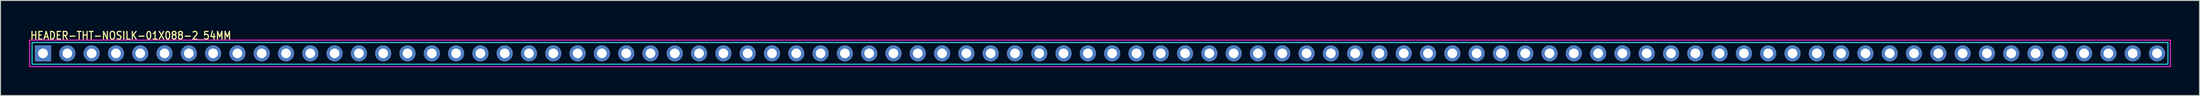
<source format=kicad_pcb>
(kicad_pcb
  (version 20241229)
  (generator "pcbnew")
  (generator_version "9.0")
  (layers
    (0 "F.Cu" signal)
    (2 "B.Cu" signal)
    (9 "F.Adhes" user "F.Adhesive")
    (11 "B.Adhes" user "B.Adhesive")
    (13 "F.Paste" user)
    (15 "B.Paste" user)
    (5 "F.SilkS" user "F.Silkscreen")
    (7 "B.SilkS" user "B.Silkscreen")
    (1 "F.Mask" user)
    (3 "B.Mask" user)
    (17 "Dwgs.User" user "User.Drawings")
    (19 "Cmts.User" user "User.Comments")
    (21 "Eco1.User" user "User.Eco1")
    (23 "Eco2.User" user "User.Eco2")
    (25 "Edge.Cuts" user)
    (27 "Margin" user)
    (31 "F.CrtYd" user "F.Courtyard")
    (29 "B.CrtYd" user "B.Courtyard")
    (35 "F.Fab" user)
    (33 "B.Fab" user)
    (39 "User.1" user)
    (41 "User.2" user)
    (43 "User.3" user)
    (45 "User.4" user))
  (footprint "HEADER-THT-NOSILK-01X088-2_54MM"
    (layer "F.Cu")
    (at 1.447 2.579)
    (property "Reference" "HEADER-THT-NOSILK-01X088-2_54MM" (at -1.4 -1.4 0) (unlocked yes) (layer "F.SilkS") (effects (font (size 0.813 0.695) (thickness 0.122)) (justify left bottom)))
    (fp_poly (pts (xy -1.143 -1.143) (xy 222.123 -1.143) (xy 222.123 1.143) (xy -1.143 1.143)) (stroke (width 0.1) (type solid)) (fill no) (layer "B.CrtYd"))
    (fp_poly (pts (xy -1.397 -1.397) (xy 222.377 -1.397) (xy 222.377 1.397) (xy -1.397 1.397)) (stroke (width 0.1) (type solid)) (fill no) (layer "F.CrtYd"))
    (pad "P$1" thru_hole rect (at 0 0) (size 1.693 1.693) (drill 1.016) (layers "*.Cu" "*.Mask"))
    (pad "P$2" thru_hole oval (at 2.54 0) (size 1.693 1.693) (drill 1.016) (layers "*.Cu" "*.Mask"))
    (pad "P$3" thru_hole oval (at 5.08 0) (size 1.693 1.693) (drill 1.016) (layers "*.Cu" "*.Mask"))
    (pad "P$4" thru_hole oval (at 7.62 0) (size 1.693 1.693) (drill 1.016) (layers "*.Cu" "*.Mask"))
    (pad "P$5" thru_hole oval (at 10.16 0) (size 1.693 1.693) (drill 1.016) (layers "*.Cu" "*.Mask"))
    (pad "P$6" thru_hole oval (at 12.7 0) (size 1.693 1.693) (drill 1.016) (layers "*.Cu" "*.Mask"))
    (pad "P$7" thru_hole oval (at 15.24 0) (size 1.693 1.693) (drill 1.016) (layers "*.Cu" "*.Mask"))
    (pad "P$8" thru_hole oval (at 17.78 0) (size 1.693 1.693) (drill 1.016) (layers "*.Cu" "*.Mask"))
    (pad "P$9" thru_hole oval (at 20.32 0) (size 1.693 1.693) (drill 1.016) (layers "*.Cu" "*.Mask"))
    (pad "P$10" thru_hole oval (at 22.86 0) (size 1.693 1.693) (drill 1.016) (layers "*.Cu" "*.Mask"))
    (pad "P$11" thru_hole oval (at 25.4 0) (size 1.693 1.693) (drill 1.016) (layers "*.Cu" "*.Mask"))
    (pad "P$12" thru_hole oval (at 27.94 0) (size 1.693 1.693) (drill 1.016) (layers "*.Cu" "*.Mask"))
    (pad "P$13" thru_hole oval (at 30.48 0) (size 1.693 1.693) (drill 1.016) (layers "*.Cu" "*.Mask"))
    (pad "P$14" thru_hole oval (at 33.02 0) (size 1.693 1.693) (drill 1.016) (layers "*.Cu" "*.Mask"))
    (pad "P$15" thru_hole oval (at 35.56 0) (size 1.693 1.693) (drill 1.016) (layers "*.Cu" "*.Mask"))
    (pad "P$16" thru_hole oval (at 38.1 0) (size 1.693 1.693) (drill 1.016) (layers "*.Cu" "*.Mask"))
    (pad "P$17" thru_hole oval (at 40.64 0) (size 1.693 1.693) (drill 1.016) (layers "*.Cu" "*.Mask"))
    (pad "P$18" thru_hole oval (at 43.18 0) (size 1.693 1.693) (drill 1.016) (layers "*.Cu" "*.Mask"))
    (pad "P$19" thru_hole oval (at 45.72 0) (size 1.693 1.693) (drill 1.016) (layers "*.Cu" "*.Mask"))
    (pad "P$20" thru_hole oval (at 48.26 0) (size 1.693 1.693) (drill 1.016) (layers "*.Cu" "*.Mask"))
    (pad "P$21" thru_hole oval (at 50.8 0) (size 1.693 1.693) (drill 1.016) (layers "*.Cu" "*.Mask"))
    (pad "P$22" thru_hole oval (at 53.34 0) (size 1.693 1.693) (drill 1.016) (layers "*.Cu" "*.Mask"))
    (pad "P$23" thru_hole oval (at 55.88 0) (size 1.693 1.693) (drill 1.016) (layers "*.Cu" "*.Mask"))
    (pad "P$24" thru_hole oval (at 58.42 0) (size 1.693 1.693) (drill 1.016) (layers "*.Cu" "*.Mask"))
    (pad "P$25" thru_hole oval (at 60.96 0) (size 1.693 1.693) (drill 1.016) (layers "*.Cu" "*.Mask"))
    (pad "P$26" thru_hole oval (at 63.5 0) (size 1.693 1.693) (drill 1.016) (layers "*.Cu" "*.Mask"))
    (pad "P$27" thru_hole oval (at 66.04 0) (size 1.693 1.693) (drill 1.016) (layers "*.Cu" "*.Mask"))
    (pad "P$28" thru_hole oval (at 68.58 0) (size 1.693 1.693) (drill 1.016) (layers "*.Cu" "*.Mask"))
    (pad "P$29" thru_hole oval (at 71.12 0) (size 1.693 1.693) (drill 1.016) (layers "*.Cu" "*.Mask"))
    (pad "P$30" thru_hole oval (at 73.66 0) (size 1.693 1.693) (drill 1.016) (layers "*.Cu" "*.Mask"))
    (pad "P$31" thru_hole oval (at 76.2 0) (size 1.693 1.693) (drill 1.016) (layers "*.Cu" "*.Mask"))
    (pad "P$32" thru_hole oval (at 78.74 0) (size 1.693 1.693) (drill 1.016) (layers "*.Cu" "*.Mask"))
    (pad "P$33" thru_hole oval (at 81.28 0) (size 1.693 1.693) (drill 1.016) (layers "*.Cu" "*.Mask"))
    (pad "P$34" thru_hole oval (at 83.82 0) (size 1.693 1.693) (drill 1.016) (layers "*.Cu" "*.Mask"))
    (pad "P$35" thru_hole oval (at 86.36 0) (size 1.693 1.693) (drill 1.016) (layers "*.Cu" "*.Mask"))
    (pad "P$36" thru_hole oval (at 88.9 0) (size 1.693 1.693) (drill 1.016) (layers "*.Cu" "*.Mask"))
    (pad "P$37" thru_hole oval (at 91.44 0) (size 1.693 1.693) (drill 1.016) (layers "*.Cu" "*.Mask"))
    (pad "P$38" thru_hole oval (at 93.98 0) (size 1.693 1.693) (drill 1.016) (layers "*.Cu" "*.Mask"))
    (pad "P$39" thru_hole oval (at 96.52 0) (size 1.693 1.693) (drill 1.016) (layers "*.Cu" "*.Mask"))
    (pad "P$40" thru_hole oval (at 99.06 0) (size 1.693 1.693) (drill 1.016) (layers "*.Cu" "*.Mask"))
    (pad "P$41" thru_hole oval (at 101.6 0) (size 1.693 1.693) (drill 1.016) (layers "*.Cu" "*.Mask"))
    (pad "P$42" thru_hole oval (at 104.14 0) (size 1.693 1.693) (drill 1.016) (layers "*.Cu" "*.Mask"))
    (pad "P$43" thru_hole oval (at 106.68 0) (size 1.693 1.693) (drill 1.016) (layers "*.Cu" "*.Mask"))
    (pad "P$44" thru_hole oval (at 109.22 0) (size 1.693 1.693) (drill 1.016) (layers "*.Cu" "*.Mask"))
    (pad "P$45" thru_hole oval (at 111.76 0) (size 1.693 1.693) (drill 1.016) (layers "*.Cu" "*.Mask"))
    (pad "P$46" thru_hole oval (at 114.3 0) (size 1.693 1.693) (drill 1.016) (layers "*.Cu" "*.Mask"))
    (pad "P$47" thru_hole oval (at 116.84 0) (size 1.693 1.693) (drill 1.016) (layers "*.Cu" "*.Mask"))
    (pad "P$48" thru_hole oval (at 119.38 0) (size 1.693 1.693) (drill 1.016) (layers "*.Cu" "*.Mask"))
    (pad "P$49" thru_hole oval (at 121.92 0) (size 1.693 1.693) (drill 1.016) (layers "*.Cu" "*.Mask"))
    (pad "P$50" thru_hole oval (at 124.46 0) (size 1.693 1.693) (drill 1.016) (layers "*.Cu" "*.Mask"))
    (pad "P$51" thru_hole oval (at 127 0) (size 1.693 1.693) (drill 1.016) (layers "*.Cu" "*.Mask"))
    (pad "P$52" thru_hole oval (at 129.54 0) (size 1.693 1.693) (drill 1.016) (layers "*.Cu" "*.Mask"))
    (pad "P$53" thru_hole oval (at 132.08 0) (size 1.693 1.693) (drill 1.016) (layers "*.Cu" "*.Mask"))
    (pad "P$54" thru_hole oval (at 134.62 0) (size 1.693 1.693) (drill 1.016) (layers "*.Cu" "*.Mask"))
    (pad "P$55" thru_hole oval (at 137.16 0) (size 1.693 1.693) (drill 1.016) (layers "*.Cu" "*.Mask"))
    (pad "P$56" thru_hole oval (at 139.7 0) (size 1.693 1.693) (drill 1.016) (layers "*.Cu" "*.Mask"))
    (pad "P$57" thru_hole oval (at 142.24 0) (size 1.693 1.693) (drill 1.016) (layers "*.Cu" "*.Mask"))
    (pad "P$58" thru_hole oval (at 144.78 0) (size 1.693 1.693) (drill 1.016) (layers "*.Cu" "*.Mask"))
    (pad "P$59" thru_hole oval (at 147.32 0) (size 1.693 1.693) (drill 1.016) (layers "*.Cu" "*.Mask"))
    (pad "P$60" thru_hole oval (at 149.86 0) (size 1.693 1.693) (drill 1.016) (layers "*.Cu" "*.Mask"))
    (pad "P$61" thru_hole oval (at 152.4 0) (size 1.693 1.693) (drill 1.016) (layers "*.Cu" "*.Mask"))
    (pad "P$62" thru_hole oval (at 154.94 0) (size 1.693 1.693) (drill 1.016) (layers "*.Cu" "*.Mask"))
    (pad "P$63" thru_hole oval (at 157.48 0) (size 1.693 1.693) (drill 1.016) (layers "*.Cu" "*.Mask"))
    (pad "P$64" thru_hole oval (at 160.02 0) (size 1.693 1.693) (drill 1.016) (layers "*.Cu" "*.Mask"))
    (pad "P$65" thru_hole oval (at 162.56 0) (size 1.693 1.693) (drill 1.016) (layers "*.Cu" "*.Mask"))
    (pad "P$66" thru_hole oval (at 165.1 0) (size 1.693 1.693) (drill 1.016) (layers "*.Cu" "*.Mask"))
    (pad "P$67" thru_hole oval (at 167.64 0) (size 1.693 1.693) (drill 1.016) (layers "*.Cu" "*.Mask"))
    (pad "P$68" thru_hole oval (at 170.18 0) (size 1.693 1.693) (drill 1.016) (layers "*.Cu" "*.Mask"))
    (pad "P$69" thru_hole oval (at 172.72 0) (size 1.693 1.693) (drill 1.016) (layers "*.Cu" "*.Mask"))
    (pad "P$70" thru_hole oval (at 175.26 0) (size 1.693 1.693) (drill 1.016) (layers "*.Cu" "*.Mask"))
    (pad "P$71" thru_hole oval (at 177.8 0) (size 1.693 1.693) (drill 1.016) (layers "*.Cu" "*.Mask"))
    (pad "P$72" thru_hole oval (at 180.34 0) (size 1.693 1.693) (drill 1.016) (layers "*.Cu" "*.Mask"))
    (pad "P$73" thru_hole oval (at 182.88 0) (size 1.693 1.693) (drill 1.016) (layers "*.Cu" "*.Mask"))
    (pad "P$74" thru_hole oval (at 185.42 0) (size 1.693 1.693) (drill 1.016) (layers "*.Cu" "*.Mask"))
    (pad "P$75" thru_hole oval (at 187.96 0) (size 1.693 1.693) (drill 1.016) (layers "*.Cu" "*.Mask"))
    (pad "P$76" thru_hole oval (at 190.5 0) (size 1.693 1.693) (drill 1.016) (layers "*.Cu" "*.Mask"))
    (pad "P$77" thru_hole oval (at 193.04 0) (size 1.693 1.693) (drill 1.016) (layers "*.Cu" "*.Mask"))
    (pad "P$78" thru_hole oval (at 195.58 0) (size 1.693 1.693) (drill 1.016) (layers "*.Cu" "*.Mask"))
    (pad "P$79" thru_hole oval (at 198.12 0) (size 1.693 1.693) (drill 1.016) (layers "*.Cu" "*.Mask"))
    (pad "P$80" thru_hole oval (at 200.66 0) (size 1.693 1.693) (drill 1.016) (layers "*.Cu" "*.Mask"))
    (pad "P$81" thru_hole oval (at 203.2 0) (size 1.693 1.693) (drill 1.016) (layers "*.Cu" "*.Mask"))
    (pad "P$82" thru_hole oval (at 205.74 0) (size 1.693 1.693) (drill 1.016) (layers "*.Cu" "*.Mask"))
    (pad "P$83" thru_hole oval (at 208.28 0) (size 1.693 1.693) (drill 1.016) (layers "*.Cu" "*.Mask"))
    (pad "P$84" thru_hole oval (at 210.82 0) (size 1.693 1.693) (drill 1.016) (layers "*.Cu" "*.Mask"))
    (pad "P$85" thru_hole oval (at 213.36 0) (size 1.693 1.693) (drill 1.016) (layers "*.Cu" "*.Mask"))
    (pad "P$86" thru_hole oval (at 215.9 0) (size 1.693 1.693) (drill 1.016) (layers "*.Cu" "*.Mask"))
    (pad "P$87" thru_hole oval (at 218.44 0) (size 1.693 1.693) (drill 1.016) (layers "*.Cu" "*.Mask"))
    (pad "P$88" thru_hole oval (at 220.98 0) (size 1.693 1.693) (drill 1.016) (layers "*.Cu" "*.Mask")))
  (gr_rect
    (start -3 -3)
    (end 226.874 7.026)
    (stroke (width 0.1) (type default))
    (fill no)
    (layer "Edge.Cuts")))
</source>
